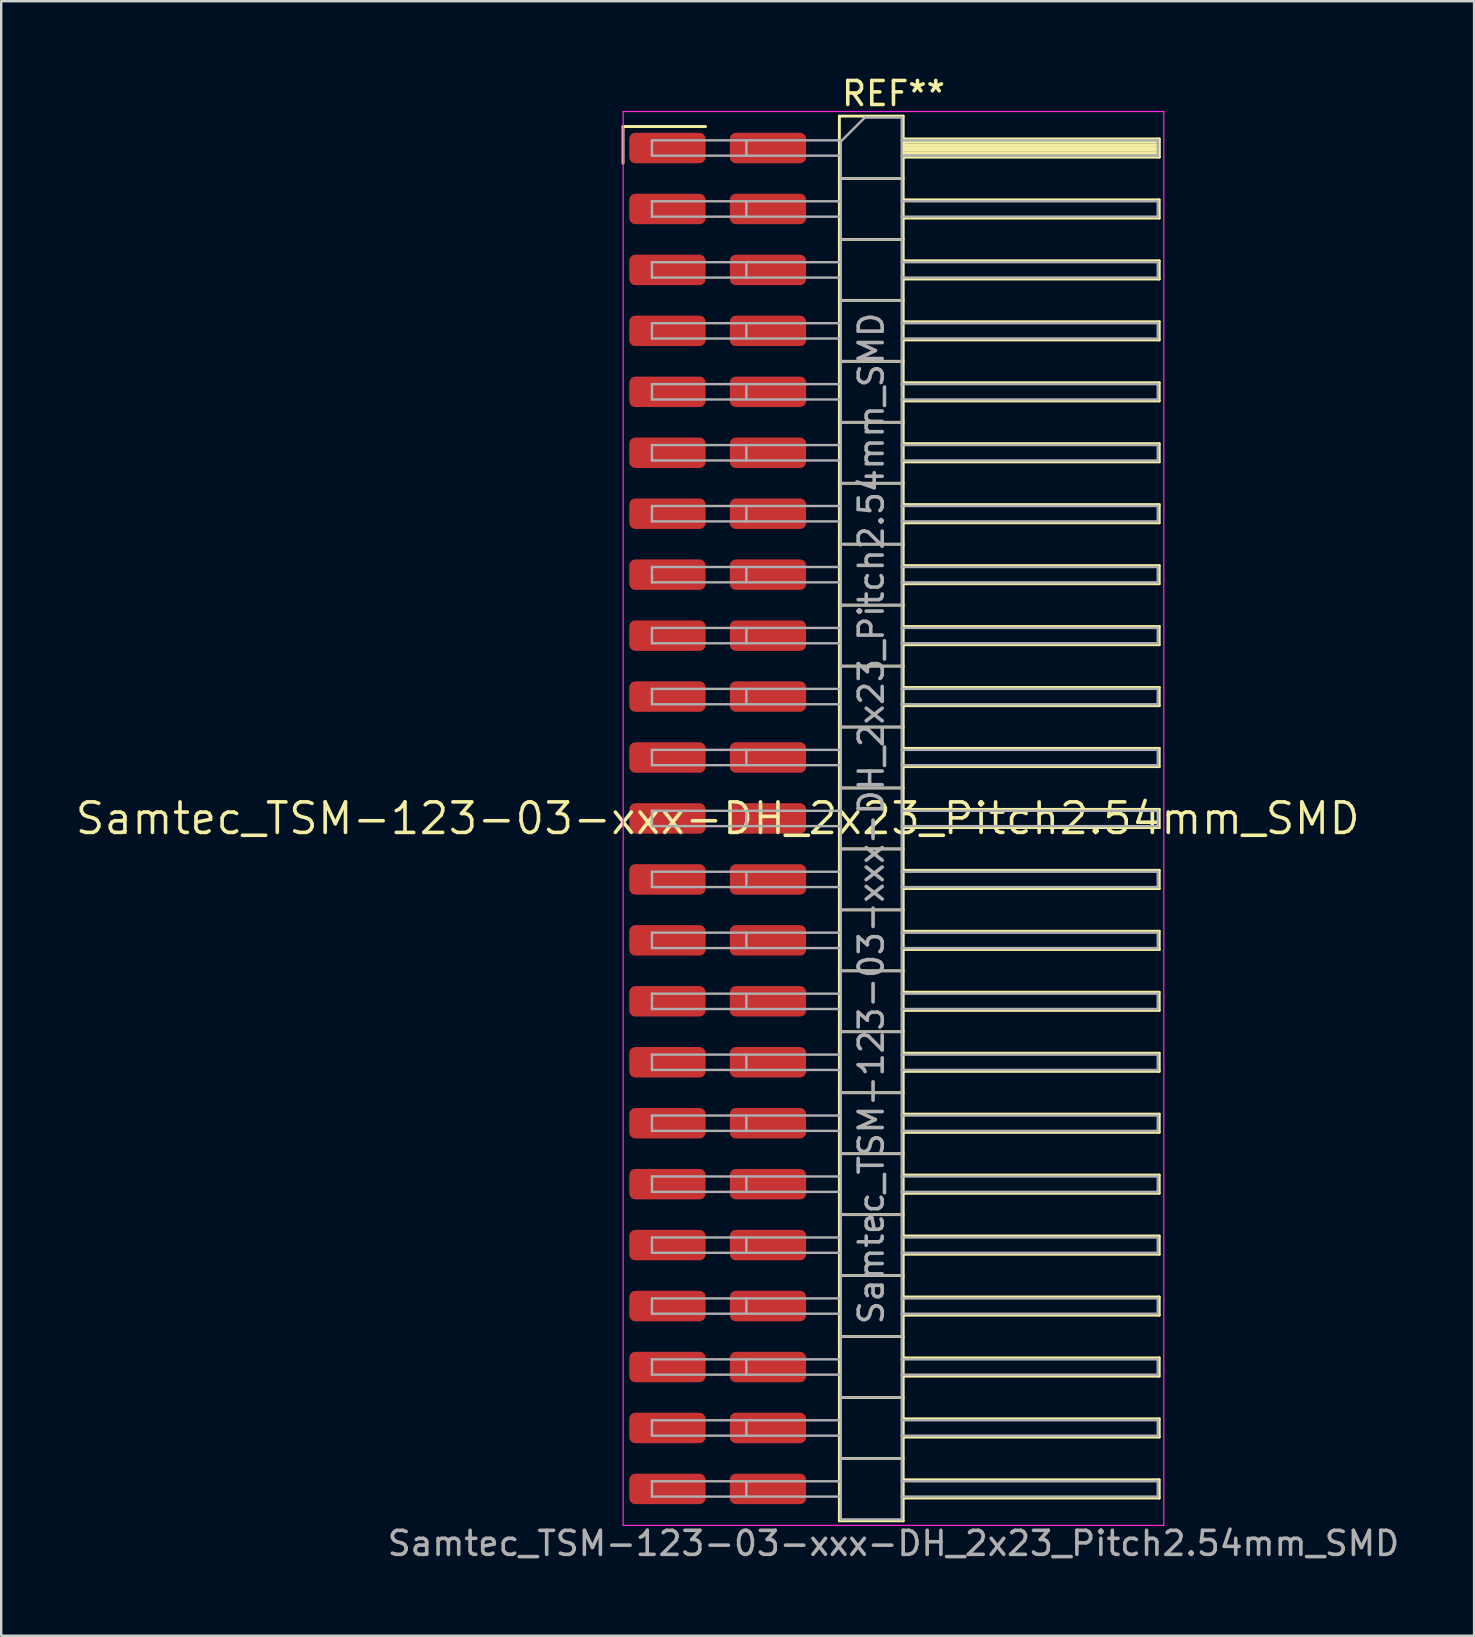
<source format=kicad_pcb>
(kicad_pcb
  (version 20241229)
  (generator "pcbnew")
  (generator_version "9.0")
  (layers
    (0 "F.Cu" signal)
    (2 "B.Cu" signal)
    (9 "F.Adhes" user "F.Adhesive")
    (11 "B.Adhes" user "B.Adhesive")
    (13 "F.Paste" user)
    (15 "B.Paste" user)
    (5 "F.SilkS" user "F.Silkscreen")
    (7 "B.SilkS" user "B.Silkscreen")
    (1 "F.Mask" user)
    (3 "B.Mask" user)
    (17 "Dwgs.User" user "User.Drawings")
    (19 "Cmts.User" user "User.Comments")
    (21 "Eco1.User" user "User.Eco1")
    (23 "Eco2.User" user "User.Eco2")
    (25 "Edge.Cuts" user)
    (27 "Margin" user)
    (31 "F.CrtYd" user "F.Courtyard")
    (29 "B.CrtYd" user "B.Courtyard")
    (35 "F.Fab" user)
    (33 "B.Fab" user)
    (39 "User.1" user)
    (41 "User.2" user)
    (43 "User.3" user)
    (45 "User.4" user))
  (footprint "Samtec_TSM-123-03-xxx-DH_2x23_Pitch2.54mm_SMD"
    (layer "F.Cu")
    (at 26.859 31.058)
    (property "Reference" "Samtec_TSM-123-03-xxx-DH_2x23_Pitch2.54mm_SMD" (at 0 0 0) (layer "F.SilkS") (effects (font (size 1.27 1.27) (thickness 0.15))))
    (attr smd)
    (fp_line (start -3.945 -28.835) (end -0.505 -28.835) (stroke (width 0.12) (type solid)) (layer "F.SilkS"))
    (fp_line (start -3.945 -27.305) (end -3.945 -28.835) (stroke (width 0.12) (type solid)) (layer "F.SilkS"))
    (fp_line (start 5.07 -29.27) (end 7.73 -29.27) (stroke (width 0.12) (type solid)) (layer "F.SilkS"))
    (fp_line (start 5.07 -26.67) (end 7.73 -26.67) (stroke (width 0.12) (type solid)) (layer "F.SilkS"))
    (fp_line (start 5.07 -24.13) (end 7.73 -24.13) (stroke (width 0.12) (type solid)) (layer "F.SilkS"))
    (fp_line (start 5.07 -21.59) (end 7.73 -21.59) (stroke (width 0.12) (type solid)) (layer "F.SilkS"))
    (fp_line (start 5.07 -19.05) (end 7.73 -19.05) (stroke (width 0.12) (type solid)) (layer "F.SilkS"))
    (fp_line (start 5.07 -16.51) (end 7.73 -16.51) (stroke (width 0.12) (type solid)) (layer "F.SilkS"))
    (fp_line (start 5.07 -13.97) (end 7.73 -13.97) (stroke (width 0.12) (type solid)) (layer "F.SilkS"))
    (fp_line (start 5.07 -11.43) (end 7.73 -11.43) (stroke (width 0.12) (type solid)) (layer "F.SilkS"))
    (fp_line (start 5.07 -8.89) (end 7.73 -8.89) (stroke (width 0.12) (type solid)) (layer "F.SilkS"))
    (fp_line (start 5.07 -6.35) (end 7.73 -6.35) (stroke (width 0.12) (type solid)) (layer "F.SilkS"))
    (fp_line (start 5.07 -3.81) (end 7.73 -3.81) (stroke (width 0.12) (type solid)) (layer "F.SilkS"))
    (fp_line (start 5.07 -1.27) (end 7.73 -1.27) (stroke (width 0.12) (type solid)) (layer "F.SilkS"))
    (fp_line (start 5.07 1.27) (end 7.73 1.27) (stroke (width 0.12) (type solid)) (layer "F.SilkS"))
    (fp_line (start 5.07 3.81) (end 7.73 3.81) (stroke (width 0.12) (type solid)) (layer "F.SilkS"))
    (fp_line (start 5.07 6.35) (end 7.73 6.35) (stroke (width 0.12) (type solid)) (layer "F.SilkS"))
    (fp_line (start 5.07 8.89) (end 7.73 8.89) (stroke (width 0.12) (type solid)) (layer "F.SilkS"))
    (fp_line (start 5.07 11.43) (end 7.73 11.43) (stroke (width 0.12) (type solid)) (layer "F.SilkS"))
    (fp_line (start 5.07 13.97) (end 7.73 13.97) (stroke (width 0.12) (type solid)) (layer "F.SilkS"))
    (fp_line (start 5.07 16.51) (end 7.73 16.51) (stroke (width 0.12) (type solid)) (layer "F.SilkS"))
    (fp_line (start 5.07 19.05) (end 7.73 19.05) (stroke (width 0.12) (type solid)) (layer "F.SilkS"))
    (fp_line (start 5.07 21.59) (end 7.73 21.59) (stroke (width 0.12) (type solid)) (layer "F.SilkS"))
    (fp_line (start 5.07 24.13) (end 7.73 24.13) (stroke (width 0.12) (type solid)) (layer "F.SilkS"))
    (fp_line (start 5.07 26.67) (end 7.73 26.67) (stroke (width 0.12) (type solid)) (layer "F.SilkS"))
    (fp_line (start 5.07 29.27) (end 5.07 -29.27) (stroke (width 0.12) (type solid)) (layer "F.SilkS"))
    (fp_line (start 7.73 -29.27) (end 7.73 29.27) (stroke (width 0.12) (type solid)) (layer "F.SilkS"))
    (fp_line (start 7.73 -28.32) (end 18.4 -28.32) (stroke (width 0.12) (type solid)) (layer "F.SilkS"))
    (fp_line (start 7.73 -28.2) (end 18.4 -28.2) (stroke (width 0.12) (type solid)) (layer "F.SilkS"))
    (fp_line (start 7.73 -28.08) (end 18.4 -28.08) (stroke (width 0.12) (type solid)) (layer "F.SilkS"))
    (fp_line (start 7.73 -27.96) (end 18.4 -27.96) (stroke (width 0.12) (type solid)) (layer "F.SilkS"))
    (fp_line (start 7.73 -27.84) (end 18.4 -27.84) (stroke (width 0.12) (type solid)) (layer "F.SilkS"))
    (fp_line (start 7.73 -27.72) (end 18.4 -27.72) (stroke (width 0.12) (type solid)) (layer "F.SilkS"))
    (fp_line (start 7.73 -27.6) (end 18.4 -27.6) (stroke (width 0.12) (type solid)) (layer "F.SilkS"))
    (fp_line (start 7.73 -27.56) (end 18.4 -27.56) (stroke (width 0.12) (type solid)) (layer "F.SilkS"))
    (fp_line (start 7.73 -25.78) (end 18.4 -25.78) (stroke (width 0.12) (type solid)) (layer "F.SilkS"))
    (fp_line (start 7.73 -25.02) (end 18.4 -25.02) (stroke (width 0.12) (type solid)) (layer "F.SilkS"))
    (fp_line (start 7.73 -23.24) (end 18.4 -23.24) (stroke (width 0.12) (type solid)) (layer "F.SilkS"))
    (fp_line (start 7.73 -22.48) (end 18.4 -22.48) (stroke (width 0.12) (type solid)) (layer "F.SilkS"))
    (fp_line (start 7.73 -20.7) (end 18.4 -20.7) (stroke (width 0.12) (type solid)) (layer "F.SilkS"))
    (fp_line (start 7.73 -19.94) (end 18.4 -19.94) (stroke (width 0.12) (type solid)) (layer "F.SilkS"))
    (fp_line (start 7.73 -18.16) (end 18.4 -18.16) (stroke (width 0.12) (type solid)) (layer "F.SilkS"))
    (fp_line (start 7.73 -17.4) (end 18.4 -17.4) (stroke (width 0.12) (type solid)) (layer "F.SilkS"))
    (fp_line (start 7.73 -15.62) (end 18.4 -15.62) (stroke (width 0.12) (type solid)) (layer "F.SilkS"))
    (fp_line (start 7.73 -14.86) (end 18.4 -14.86) (stroke (width 0.12) (type solid)) (layer "F.SilkS"))
    (fp_line (start 7.73 -13.08) (end 18.4 -13.08) (stroke (width 0.12) (type solid)) (layer "F.SilkS"))
    (fp_line (start 7.73 -12.32) (end 18.4 -12.32) (stroke (width 0.12) (type solid)) (layer "F.SilkS"))
    (fp_line (start 7.73 -10.54) (end 18.4 -10.54) (stroke (width 0.12) (type solid)) (layer "F.SilkS"))
    (fp_line (start 7.73 -9.78) (end 18.4 -9.78) (stroke (width 0.12) (type solid)) (layer "F.SilkS"))
    (fp_line (start 7.73 -8) (end 18.4 -8) (stroke (width 0.12) (type solid)) (layer "F.SilkS"))
    (fp_line (start 7.73 -7.24) (end 18.4 -7.24) (stroke (width 0.12) (type solid)) (layer "F.SilkS"))
    (fp_line (start 7.73 -5.46) (end 18.4 -5.46) (stroke (width 0.12) (type solid)) (layer "F.SilkS"))
    (fp_line (start 7.73 -4.7) (end 18.4 -4.7) (stroke (width 0.12) (type solid)) (layer "F.SilkS"))
    (fp_line (start 7.73 -2.92) (end 18.4 -2.92) (stroke (width 0.12) (type solid)) (layer "F.SilkS"))
    (fp_line (start 7.73 -2.16) (end 18.4 -2.16) (stroke (width 0.12) (type solid)) (layer "F.SilkS"))
    (fp_line (start 7.73 -0.38) (end 18.4 -0.38) (stroke (width 0.12) (type solid)) (layer "F.SilkS"))
    (fp_line (start 7.73 0.38) (end 18.4 0.38) (stroke (width 0.12) (type solid)) (layer "F.SilkS"))
    (fp_line (start 7.73 2.16) (end 18.4 2.16) (stroke (width 0.12) (type solid)) (layer "F.SilkS"))
    (fp_line (start 7.73 2.92) (end 18.4 2.92) (stroke (width 0.12) (type solid)) (layer "F.SilkS"))
    (fp_line (start 7.73 4.7) (end 18.4 4.7) (stroke (width 0.12) (type solid)) (layer "F.SilkS"))
    (fp_line (start 7.73 5.46) (end 18.4 5.46) (stroke (width 0.12) (type solid)) (layer "F.SilkS"))
    (fp_line (start 7.73 7.24) (end 18.4 7.24) (stroke (width 0.12) (type solid)) (layer "F.SilkS"))
    (fp_line (start 7.73 8) (end 18.4 8) (stroke (width 0.12) (type solid)) (layer "F.SilkS"))
    (fp_line (start 7.73 9.78) (end 18.4 9.78) (stroke (width 0.12) (type solid)) (layer "F.SilkS"))
    (fp_line (start 7.73 10.54) (end 18.4 10.54) (stroke (width 0.12) (type solid)) (layer "F.SilkS"))
    (fp_line (start 7.73 12.32) (end 18.4 12.32) (stroke (width 0.12) (type solid)) (layer "F.SilkS"))
    (fp_line (start 7.73 13.08) (end 18.4 13.08) (stroke (width 0.12) (type solid)) (layer "F.SilkS"))
    (fp_line (start 7.73 14.86) (end 18.4 14.86) (stroke (width 0.12) (type solid)) (layer "F.SilkS"))
    (fp_line (start 7.73 15.62) (end 18.4 15.62) (stroke (width 0.12) (type solid)) (layer "F.SilkS"))
    (fp_line (start 7.73 17.4) (end 18.4 17.4) (stroke (width 0.12) (type solid)) (layer "F.SilkS"))
    (fp_line (start 7.73 18.16) (end 18.4 18.16) (stroke (width 0.12) (type solid)) (layer "F.SilkS"))
    (fp_line (start 7.73 19.94) (end 18.4 19.94) (stroke (width 0.12) (type solid)) (layer "F.SilkS"))
    (fp_line (start 7.73 20.7) (end 18.4 20.7) (stroke (width 0.12) (type solid)) (layer "F.SilkS"))
    (fp_line (start 7.73 22.48) (end 18.4 22.48) (stroke (width 0.12) (type solid)) (layer "F.SilkS"))
    (fp_line (start 7.73 23.24) (end 18.4 23.24) (stroke (width 0.12) (type solid)) (layer "F.SilkS"))
    (fp_line (start 7.73 25.02) (end 18.4 25.02) (stroke (width 0.12) (type solid)) (layer "F.SilkS"))
    (fp_line (start 7.73 25.78) (end 18.4 25.78) (stroke (width 0.12) (type solid)) (layer "F.SilkS"))
    (fp_line (start 7.73 27.56) (end 18.4 27.56) (stroke (width 0.12) (type solid)) (layer "F.SilkS"))
    (fp_line (start 7.73 28.32) (end 18.4 28.32) (stroke (width 0.12) (type solid)) (layer "F.SilkS"))
    (fp_line (start 7.73 29.27) (end 5.07 29.27) (stroke (width 0.12) (type solid)) (layer "F.SilkS"))
    (fp_line (start 18.4 -28.32) (end 18.4 -27.56) (stroke (width 0.12) (type solid)) (layer "F.SilkS"))
    (fp_line (start 18.4 -25.78) (end 18.4 -25.02) (stroke (width 0.12) (type solid)) (layer "F.SilkS"))
    (fp_line (start 18.4 -23.24) (end 18.4 -22.48) (stroke (width 0.12) (type solid)) (layer "F.SilkS"))
    (fp_line (start 18.4 -20.7) (end 18.4 -19.94) (stroke (width 0.12) (type solid)) (layer "F.SilkS"))
    (fp_line (start 18.4 -18.16) (end 18.4 -17.4) (stroke (width 0.12) (type solid)) (layer "F.SilkS"))
    (fp_line (start 18.4 -15.62) (end 18.4 -14.86) (stroke (width 0.12) (type solid)) (layer "F.SilkS"))
    (fp_line (start 18.4 -13.08) (end 18.4 -12.32) (stroke (width 0.12) (type solid)) (layer "F.SilkS"))
    (fp_line (start 18.4 -10.54) (end 18.4 -9.78) (stroke (width 0.12) (type solid)) (layer "F.SilkS"))
    (fp_line (start 18.4 -8) (end 18.4 -7.24) (stroke (width 0.12) (type solid)) (layer "F.SilkS"))
    (fp_line (start 18.4 -5.46) (end 18.4 -4.7) (stroke (width 0.12) (type solid)) (layer "F.SilkS"))
    (fp_line (start 18.4 -2.92) (end 18.4 -2.16) (stroke (width 0.12) (type solid)) (layer "F.SilkS"))
    (fp_line (start 18.4 -0.38) (end 18.4 0.38) (stroke (width 0.12) (type solid)) (layer "F.SilkS"))
    (fp_line (start 18.4 2.16) (end 18.4 2.92) (stroke (width 0.12) (type solid)) (layer "F.SilkS"))
    (fp_line (start 18.4 4.7) (end 18.4 5.46) (stroke (width 0.12) (type solid)) (layer "F.SilkS"))
    (fp_line (start 18.4 7.24) (end 18.4 8) (stroke (width 0.12) (type solid)) (layer "F.SilkS"))
    (fp_line (start 18.4 9.78) (end 18.4 10.54) (stroke (width 0.12) (type solid)) (layer "F.SilkS"))
    (fp_line (start 18.4 12.32) (end 18.4 13.08) (stroke (width 0.12) (type solid)) (layer "F.SilkS"))
    (fp_line (start 18.4 14.86) (end 18.4 15.62) (stroke (width 0.12) (type solid)) (layer "F.SilkS"))
    (fp_line (start 18.4 17.4) (end 18.4 18.16) (stroke (width 0.12) (type solid)) (layer "F.SilkS"))
    (fp_line (start 18.4 19.94) (end 18.4 20.7) (stroke (width 0.12) (type solid)) (layer "F.SilkS"))
    (fp_line (start 18.4 22.48) (end 18.4 23.24) (stroke (width 0.12) (type solid)) (layer "F.SilkS"))
    (fp_line (start 18.4 25.02) (end 18.4 25.78) (stroke (width 0.12) (type solid)) (layer "F.SilkS"))
    (fp_line (start 18.4 27.56) (end 18.4 28.32) (stroke (width 0.12) (type solid)) (layer "F.SilkS"))
    (fp_line (start -3.94 -29.46) (end 18.59 -29.46) (stroke (width 0.05) (type solid)) (layer "F.CrtYd"))
    (fp_line (start -3.94 29.46) (end -3.94 -29.46) (stroke (width 0.05) (type solid)) (layer "F.CrtYd"))
    (fp_line (start 18.59 -29.46) (end 18.59 29.46) (stroke (width 0.05) (type solid)) (layer "F.CrtYd"))
    (fp_line (start 18.59 29.46) (end -3.94 29.46) (stroke (width 0.05) (type solid)) (layer "F.CrtYd"))
    (fp_line (start -2.74 -28.26) (end -2.74 -27.62) (stroke (width 0.1) (type solid)) (layer "F.Fab"))
    (fp_line (start -2.74 -28.26) (end 5.13 -28.26) (stroke (width 0.1) (type solid)) (layer "F.Fab"))
    (fp_line (start -2.74 -27.62) (end 5.13 -27.62) (stroke (width 0.1) (type solid)) (layer "F.Fab"))
    (fp_line (start -2.74 -25.72) (end -2.74 -25.08) (stroke (width 0.1) (type solid)) (layer "F.Fab"))
    (fp_line (start -2.74 -25.72) (end 5.13 -25.72) (stroke (width 0.1) (type solid)) (layer "F.Fab"))
    (fp_line (start -2.74 -25.08) (end 5.13 -25.08) (stroke (width 0.1) (type solid)) (layer "F.Fab"))
    (fp_line (start -2.74 -23.18) (end -2.74 -22.54) (stroke (width 0.1) (type solid)) (layer "F.Fab"))
    (fp_line (start -2.74 -23.18) (end 5.13 -23.18) (stroke (width 0.1) (type solid)) (layer "F.Fab"))
    (fp_line (start -2.74 -22.54) (end 5.13 -22.54) (stroke (width 0.1) (type solid)) (layer "F.Fab"))
    (fp_line (start -2.74 -20.64) (end -2.74 -20) (stroke (width 0.1) (type solid)) (layer "F.Fab"))
    (fp_line (start -2.74 -20.64) (end 5.13 -20.64) (stroke (width 0.1) (type solid)) (layer "F.Fab"))
    (fp_line (start -2.74 -20) (end 5.13 -20) (stroke (width 0.1) (type solid)) (layer "F.Fab"))
    (fp_line (start -2.74 -18.1) (end -2.74 -17.46) (stroke (width 0.1) (type solid)) (layer "F.Fab"))
    (fp_line (start -2.74 -18.1) (end 5.13 -18.1) (stroke (width 0.1) (type solid)) (layer "F.Fab"))
    (fp_line (start -2.74 -17.46) (end 5.13 -17.46) (stroke (width 0.1) (type solid)) (layer "F.Fab"))
    (fp_line (start -2.74 -15.56) (end -2.74 -14.92) (stroke (width 0.1) (type solid)) (layer "F.Fab"))
    (fp_line (start -2.74 -15.56) (end 5.13 -15.56) (stroke (width 0.1) (type solid)) (layer "F.Fab"))
    (fp_line (start -2.74 -14.92) (end 5.13 -14.92) (stroke (width 0.1) (type solid)) (layer "F.Fab"))
    (fp_line (start -2.74 -13.02) (end -2.74 -12.38) (stroke (width 0.1) (type solid)) (layer "F.Fab"))
    (fp_line (start -2.74 -13.02) (end 5.13 -13.02) (stroke (width 0.1) (type solid)) (layer "F.Fab"))
    (fp_line (start -2.74 -12.38) (end 5.13 -12.38) (stroke (width 0.1) (type solid)) (layer "F.Fab"))
    (fp_line (start -2.74 -10.48) (end -2.74 -9.84) (stroke (width 0.1) (type solid)) (layer "F.Fab"))
    (fp_line (start -2.74 -10.48) (end 5.13 -10.48) (stroke (width 0.1) (type solid)) (layer "F.Fab"))
    (fp_line (start -2.74 -9.84) (end 5.13 -9.84) (stroke (width 0.1) (type solid)) (layer "F.Fab"))
    (fp_line (start -2.74 -7.94) (end -2.74 -7.3) (stroke (width 0.1) (type solid)) (layer "F.Fab"))
    (fp_line (start -2.74 -7.94) (end 5.13 -7.94) (stroke (width 0.1) (type solid)) (layer "F.Fab"))
    (fp_line (start -2.74 -7.3) (end 5.13 -7.3) (stroke (width 0.1) (type solid)) (layer "F.Fab"))
    (fp_line (start -2.74 -5.4) (end -2.74 -4.76) (stroke (width 0.1) (type solid)) (layer "F.Fab"))
    (fp_line (start -2.74 -5.4) (end 5.13 -5.4) (stroke (width 0.1) (type solid)) (layer "F.Fab"))
    (fp_line (start -2.74 -4.76) (end 5.13 -4.76) (stroke (width 0.1) (type solid)) (layer "F.Fab"))
    (fp_line (start -2.74 -2.86) (end -2.74 -2.22) (stroke (width 0.1) (type solid)) (layer "F.Fab"))
    (fp_line (start -2.74 -2.86) (end 5.13 -2.86) (stroke (width 0.1) (type solid)) (layer "F.Fab"))
    (fp_line (start -2.74 -2.22) (end 5.13 -2.22) (stroke (width 0.1) (type solid)) (layer "F.Fab"))
    (fp_line (start -2.74 -0.32) (end -2.74 0.32) (stroke (width 0.1) (type solid)) (layer "F.Fab"))
    (fp_line (start -2.74 -0.32) (end 5.13 -0.32) (stroke (width 0.1) (type solid)) (layer "F.Fab"))
    (fp_line (start -2.74 0.32) (end 5.13 0.32) (stroke (width 0.1) (type solid)) (layer "F.Fab"))
    (fp_line (start -2.74 2.22) (end -2.74 2.86) (stroke (width 0.1) (type solid)) (layer "F.Fab"))
    (fp_line (start -2.74 2.22) (end 5.13 2.22) (stroke (width 0.1) (type solid)) (layer "F.Fab"))
    (fp_line (start -2.74 2.86) (end 5.13 2.86) (stroke (width 0.1) (type solid)) (layer "F.Fab"))
    (fp_line (start -2.74 4.76) (end -2.74 5.4) (stroke (width 0.1) (type solid)) (layer "F.Fab"))
    (fp_line (start -2.74 4.76) (end 5.13 4.76) (stroke (width 0.1) (type solid)) (layer "F.Fab"))
    (fp_line (start -2.74 5.4) (end 5.13 5.4) (stroke (width 0.1) (type solid)) (layer "F.Fab"))
    (fp_line (start -2.74 7.3) (end -2.74 7.94) (stroke (width 0.1) (type solid)) (layer "F.Fab"))
    (fp_line (start -2.74 7.3) (end 5.13 7.3) (stroke (width 0.1) (type solid)) (layer "F.Fab"))
    (fp_line (start -2.74 7.94) (end 5.13 7.94) (stroke (width 0.1) (type solid)) (layer "F.Fab"))
    (fp_line (start -2.74 9.84) (end -2.74 10.48) (stroke (width 0.1) (type solid)) (layer "F.Fab"))
    (fp_line (start -2.74 9.84) (end 5.13 9.84) (stroke (width 0.1) (type solid)) (layer "F.Fab"))
    (fp_line (start -2.74 10.48) (end 5.13 10.48) (stroke (width 0.1) (type solid)) (layer "F.Fab"))
    (fp_line (start -2.74 12.38) (end -2.74 13.02) (stroke (width 0.1) (type solid)) (layer "F.Fab"))
    (fp_line (start -2.74 12.38) (end 5.13 12.38) (stroke (width 0.1) (type solid)) (layer "F.Fab"))
    (fp_line (start -2.74 13.02) (end 5.13 13.02) (stroke (width 0.1) (type solid)) (layer "F.Fab"))
    (fp_line (start -2.74 14.92) (end -2.74 15.56) (stroke (width 0.1) (type solid)) (layer "F.Fab"))
    (fp_line (start -2.74 14.92) (end 5.13 14.92) (stroke (width 0.1) (type solid)) (layer "F.Fab"))
    (fp_line (start -2.74 15.56) (end 5.13 15.56) (stroke (width 0.1) (type solid)) (layer "F.Fab"))
    (fp_line (start -2.74 17.46) (end -2.74 18.1) (stroke (width 0.1) (type solid)) (layer "F.Fab"))
    (fp_line (start -2.74 17.46) (end 5.13 17.46) (stroke (width 0.1) (type solid)) (layer "F.Fab"))
    (fp_line (start -2.74 18.1) (end 5.13 18.1) (stroke (width 0.1) (type solid)) (layer "F.Fab"))
    (fp_line (start -2.74 20) (end -2.74 20.64) (stroke (width 0.1) (type solid)) (layer "F.Fab"))
    (fp_line (start -2.74 20) (end 5.13 20) (stroke (width 0.1) (type solid)) (layer "F.Fab"))
    (fp_line (start -2.74 20.64) (end 5.13 20.64) (stroke (width 0.1) (type solid)) (layer "F.Fab"))
    (fp_line (start -2.74 22.54) (end -2.74 23.18) (stroke (width 0.1) (type solid)) (layer "F.Fab"))
    (fp_line (start -2.74 22.54) (end 5.13 22.54) (stroke (width 0.1) (type solid)) (layer "F.Fab"))
    (fp_line (start -2.74 23.18) (end 5.13 23.18) (stroke (width 0.1) (type solid)) (layer "F.Fab"))
    (fp_line (start -2.74 25.08) (end -2.74 25.72) (stroke (width 0.1) (type solid)) (layer "F.Fab"))
    (fp_line (start -2.74 25.08) (end 5.13 25.08) (stroke (width 0.1) (type solid)) (layer "F.Fab"))
    (fp_line (start -2.74 25.72) (end 5.13 25.72) (stroke (width 0.1) (type solid)) (layer "F.Fab"))
    (fp_line (start -2.74 27.62) (end -2.74 28.26) (stroke (width 0.1) (type solid)) (layer "F.Fab"))
    (fp_line (start -2.74 27.62) (end 5.13 27.62) (stroke (width 0.1) (type solid)) (layer "F.Fab"))
    (fp_line (start -2.74 28.26) (end 5.13 28.26) (stroke (width 0.1) (type solid)) (layer "F.Fab"))
    (fp_line (start 1.195 -28.26) (end 1.195 -27.62) (stroke (width 0.1) (type solid)) (layer "F.Fab"))
    (fp_line (start 1.195 -25.72) (end 1.195 -25.08) (stroke (width 0.1) (type solid)) (layer "F.Fab"))
    (fp_line (start 1.195 -23.18) (end 1.195 -22.54) (stroke (width 0.1) (type solid)) (layer "F.Fab"))
    (fp_line (start 1.195 -20.64) (end 1.195 -20) (stroke (width 0.1) (type solid)) (layer "F.Fab"))
    (fp_line (start 1.195 -18.1) (end 1.195 -17.46) (stroke (width 0.1) (type solid)) (layer "F.Fab"))
    (fp_line (start 1.195 -15.56) (end 1.195 -14.92) (stroke (width 0.1) (type solid)) (layer "F.Fab"))
    (fp_line (start 1.195 -13.02) (end 1.195 -12.38) (stroke (width 0.1) (type solid)) (layer "F.Fab"))
    (fp_line (start 1.195 -10.48) (end 1.195 -9.84) (stroke (width 0.1) (type solid)) (layer "F.Fab"))
    (fp_line (start 1.195 -7.94) (end 1.195 -7.3) (stroke (width 0.1) (type solid)) (layer "F.Fab"))
    (fp_line (start 1.195 -5.4) (end 1.195 -4.76) (stroke (width 0.1) (type solid)) (layer "F.Fab"))
    (fp_line (start 1.195 -2.86) (end 1.195 -2.22) (stroke (width 0.1) (type solid)) (layer "F.Fab"))
    (fp_line (start 1.195 -0.32) (end 1.195 0.32) (stroke (width 0.1) (type solid)) (layer "F.Fab"))
    (fp_line (start 1.195 2.22) (end 1.195 2.86) (stroke (width 0.1) (type solid)) (layer "F.Fab"))
    (fp_line (start 1.195 4.76) (end 1.195 5.4) (stroke (width 0.1) (type solid)) (layer "F.Fab"))
    (fp_line (start 1.195 7.3) (end 1.195 7.94) (stroke (width 0.1) (type solid)) (layer "F.Fab"))
    (fp_line (start 1.195 9.84) (end 1.195 10.48) (stroke (width 0.1) (type solid)) (layer "F.Fab"))
    (fp_line (start 1.195 12.38) (end 1.195 13.02) (stroke (width 0.1) (type solid)) (layer "F.Fab"))
    (fp_line (start 1.195 14.92) (end 1.195 15.56) (stroke (width 0.1) (type solid)) (layer "F.Fab"))
    (fp_line (start 1.195 17.46) (end 1.195 18.1) (stroke (width 0.1) (type solid)) (layer "F.Fab"))
    (fp_line (start 1.195 20) (end 1.195 20.64) (stroke (width 0.1) (type solid)) (layer "F.Fab"))
    (fp_line (start 1.195 22.54) (end 1.195 23.18) (stroke (width 0.1) (type solid)) (layer "F.Fab"))
    (fp_line (start 1.195 25.08) (end 1.195 25.72) (stroke (width 0.1) (type solid)) (layer "F.Fab"))
    (fp_line (start 1.195 27.62) (end 1.195 28.26) (stroke (width 0.1) (type solid)) (layer "F.Fab"))
    (fp_line (start 5.13 -28.21) (end 6.13 -29.21) (stroke (width 0.1) (type solid)) (layer "F.Fab"))
    (fp_line (start 5.13 -26.67) (end 7.67 -26.67) (stroke (width 0.1) (type solid)) (layer "F.Fab"))
    (fp_line (start 5.13 -24.13) (end 7.67 -24.13) (stroke (width 0.1) (type solid)) (layer "F.Fab"))
    (fp_line (start 5.13 -21.59) (end 7.67 -21.59) (stroke (width 0.1) (type solid)) (layer "F.Fab"))
    (fp_line (start 5.13 -19.05) (end 7.67 -19.05) (stroke (width 0.1) (type solid)) (layer "F.Fab"))
    (fp_line (start 5.13 -16.51) (end 7.67 -16.51) (stroke (width 0.1) (type solid)) (layer "F.Fab"))
    (fp_line (start 5.13 -13.97) (end 7.67 -13.97) (stroke (width 0.1) (type solid)) (layer "F.Fab"))
    (fp_line (start 5.13 -11.43) (end 7.67 -11.43) (stroke (width 0.1) (type solid)) (layer "F.Fab"))
    (fp_line (start 5.13 -8.89) (end 7.67 -8.89) (stroke (width 0.1) (type solid)) (layer "F.Fab"))
    (fp_line (start 5.13 -6.35) (end 7.67 -6.35) (stroke (width 0.1) (type solid)) (layer "F.Fab"))
    (fp_line (start 5.13 -3.81) (end 7.67 -3.81) (stroke (width 0.1) (type solid)) (layer "F.Fab"))
    (fp_line (start 5.13 -1.27) (end 7.67 -1.27) (stroke (width 0.1) (type solid)) (layer "F.Fab"))
    (fp_line (start 5.13 1.27) (end 7.67 1.27) (stroke (width 0.1) (type solid)) (layer "F.Fab"))
    (fp_line (start 5.13 3.81) (end 7.67 3.81) (stroke (width 0.1) (type solid)) (layer "F.Fab"))
    (fp_line (start 5.13 6.35) (end 7.67 6.35) (stroke (width 0.1) (type solid)) (layer "F.Fab"))
    (fp_line (start 5.13 8.89) (end 7.67 8.89) (stroke (width 0.1) (type solid)) (layer "F.Fab"))
    (fp_line (start 5.13 11.43) (end 7.67 11.43) (stroke (width 0.1) (type solid)) (layer "F.Fab"))
    (fp_line (start 5.13 13.97) (end 7.67 13.97) (stroke (width 0.1) (type solid)) (layer "F.Fab"))
    (fp_line (start 5.13 16.51) (end 7.67 16.51) (stroke (width 0.1) (type solid)) (layer "F.Fab"))
    (fp_line (start 5.13 19.05) (end 7.67 19.05) (stroke (width 0.1) (type solid)) (layer "F.Fab"))
    (fp_line (start 5.13 21.59) (end 7.67 21.59) (stroke (width 0.1) (type solid)) (layer "F.Fab"))
    (fp_line (start 5.13 24.13) (end 7.67 24.13) (stroke (width 0.1) (type solid)) (layer "F.Fab"))
    (fp_line (start 5.13 26.67) (end 7.67 26.67) (stroke (width 0.1) (type solid)) (layer "F.Fab"))
    (fp_line (start 5.13 29.21) (end 5.13 -28.21) (stroke (width 0.1) (type solid)) (layer "F.Fab"))
    (fp_line (start 6.13 -29.21) (end 7.67 -29.21) (stroke (width 0.1) (type solid)) (layer "F.Fab"))
    (fp_line (start 7.67 -29.21) (end 7.67 29.21) (stroke (width 0.1) (type solid)) (layer "F.Fab"))
    (fp_line (start 7.67 -28.26) (end 18.34 -28.26) (stroke (width 0.1) (type solid)) (layer "F.Fab"))
    (fp_line (start 7.67 -27.62) (end 18.34 -27.62) (stroke (width 0.1) (type solid)) (layer "F.Fab"))
    (fp_line (start 7.67 -25.72) (end 18.34 -25.72) (stroke (width 0.1) (type solid)) (layer "F.Fab"))
    (fp_line (start 7.67 -25.08) (end 18.34 -25.08) (stroke (width 0.1) (type solid)) (layer "F.Fab"))
    (fp_line (start 7.67 -23.18) (end 18.34 -23.18) (stroke (width 0.1) (type solid)) (layer "F.Fab"))
    (fp_line (start 7.67 -22.54) (end 18.34 -22.54) (stroke (width 0.1) (type solid)) (layer "F.Fab"))
    (fp_line (start 7.67 -20.64) (end 18.34 -20.64) (stroke (width 0.1) (type solid)) (layer "F.Fab"))
    (fp_line (start 7.67 -20) (end 18.34 -20) (stroke (width 0.1) (type solid)) (layer "F.Fab"))
    (fp_line (start 7.67 -18.1) (end 18.34 -18.1) (stroke (width 0.1) (type solid)) (layer "F.Fab"))
    (fp_line (start 7.67 -17.46) (end 18.34 -17.46) (stroke (width 0.1) (type solid)) (layer "F.Fab"))
    (fp_line (start 7.67 -15.56) (end 18.34 -15.56) (stroke (width 0.1) (type solid)) (layer "F.Fab"))
    (fp_line (start 7.67 -14.92) (end 18.34 -14.92) (stroke (width 0.1) (type solid)) (layer "F.Fab"))
    (fp_line (start 7.67 -13.02) (end 18.34 -13.02) (stroke (width 0.1) (type solid)) (layer "F.Fab"))
    (fp_line (start 7.67 -12.38) (end 18.34 -12.38) (stroke (width 0.1) (type solid)) (layer "F.Fab"))
    (fp_line (start 7.67 -10.48) (end 18.34 -10.48) (stroke (width 0.1) (type solid)) (layer "F.Fab"))
    (fp_line (start 7.67 -9.84) (end 18.34 -9.84) (stroke (width 0.1) (type solid)) (layer "F.Fab"))
    (fp_line (start 7.67 -7.94) (end 18.34 -7.94) (stroke (width 0.1) (type solid)) (layer "F.Fab"))
    (fp_line (start 7.67 -7.3) (end 18.34 -7.3) (stroke (width 0.1) (type solid)) (layer "F.Fab"))
    (fp_line (start 7.67 -5.4) (end 18.34 -5.4) (stroke (width 0.1) (type solid)) (layer "F.Fab"))
    (fp_line (start 7.67 -4.76) (end 18.34 -4.76) (stroke (width 0.1) (type solid)) (layer "F.Fab"))
    (fp_line (start 7.67 -2.86) (end 18.34 -2.86) (stroke (width 0.1) (type solid)) (layer "F.Fab"))
    (fp_line (start 7.67 -2.22) (end 18.34 -2.22) (stroke (width 0.1) (type solid)) (layer "F.Fab"))
    (fp_line (start 7.67 -0.32) (end 18.34 -0.32) (stroke (width 0.1) (type solid)) (layer "F.Fab"))
    (fp_line (start 7.67 0.32) (end 18.34 0.32) (stroke (width 0.1) (type solid)) (layer "F.Fab"))
    (fp_line (start 7.67 2.22) (end 18.34 2.22) (stroke (width 0.1) (type solid)) (layer "F.Fab"))
    (fp_line (start 7.67 2.86) (end 18.34 2.86) (stroke (width 0.1) (type solid)) (layer "F.Fab"))
    (fp_line (start 7.67 4.76) (end 18.34 4.76) (stroke (width 0.1) (type solid)) (layer "F.Fab"))
    (fp_line (start 7.67 5.4) (end 18.34 5.4) (stroke (width 0.1) (type solid)) (layer "F.Fab"))
    (fp_line (start 7.67 7.3) (end 18.34 7.3) (stroke (width 0.1) (type solid)) (layer "F.Fab"))
    (fp_line (start 7.67 7.94) (end 18.34 7.94) (stroke (width 0.1) (type solid)) (layer "F.Fab"))
    (fp_line (start 7.67 9.84) (end 18.34 9.84) (stroke (width 0.1) (type solid)) (layer "F.Fab"))
    (fp_line (start 7.67 10.48) (end 18.34 10.48) (stroke (width 0.1) (type solid)) (layer "F.Fab"))
    (fp_line (start 7.67 12.38) (end 18.34 12.38) (stroke (width 0.1) (type solid)) (layer "F.Fab"))
    (fp_line (start 7.67 13.02) (end 18.34 13.02) (stroke (width 0.1) (type solid)) (layer "F.Fab"))
    (fp_line (start 7.67 14.92) (end 18.34 14.92) (stroke (width 0.1) (type solid)) (layer "F.Fab"))
    (fp_line (start 7.67 15.56) (end 18.34 15.56) (stroke (width 0.1) (type solid)) (layer "F.Fab"))
    (fp_line (start 7.67 17.46) (end 18.34 17.46) (stroke (width 0.1) (type solid)) (layer "F.Fab"))
    (fp_line (start 7.67 18.1) (end 18.34 18.1) (stroke (width 0.1) (type solid)) (layer "F.Fab"))
    (fp_line (start 7.67 20) (end 18.34 20) (stroke (width 0.1) (type solid)) (layer "F.Fab"))
    (fp_line (start 7.67 20.64) (end 18.34 20.64) (stroke (width 0.1) (type solid)) (layer "F.Fab"))
    (fp_line (start 7.67 22.54) (end 18.34 22.54) (stroke (width 0.1) (type solid)) (layer "F.Fab"))
    (fp_line (start 7.67 23.18) (end 18.34 23.18) (stroke (width 0.1) (type solid)) (layer "F.Fab"))
    (fp_line (start 7.67 25.08) (end 18.34 25.08) (stroke (width 0.1) (type solid)) (layer "F.Fab"))
    (fp_line (start 7.67 25.72) (end 18.34 25.72) (stroke (width 0.1) (type solid)) (layer "F.Fab"))
    (fp_line (start 7.67 27.62) (end 18.34 27.62) (stroke (width 0.1) (type solid)) (layer "F.Fab"))
    (fp_line (start 7.67 28.26) (end 18.34 28.26) (stroke (width 0.1) (type solid)) (layer "F.Fab"))
    (fp_line (start 7.67 29.21) (end 5.13 29.21) (stroke (width 0.1) (type solid)) (layer "F.Fab"))
    (fp_line (start 18.34 -28.26) (end 18.34 -27.62) (stroke (width 0.1) (type solid)) (layer "F.Fab"))
    (fp_line (start 18.34 -25.72) (end 18.34 -25.08) (stroke (width 0.1) (type solid)) (layer "F.Fab"))
    (fp_line (start 18.34 -23.18) (end 18.34 -22.54) (stroke (width 0.1) (type solid)) (layer "F.Fab"))
    (fp_line (start 18.34 -20.64) (end 18.34 -20) (stroke (width 0.1) (type solid)) (layer "F.Fab"))
    (fp_line (start 18.34 -18.1) (end 18.34 -17.46) (stroke (width 0.1) (type solid)) (layer "F.Fab"))
    (fp_line (start 18.34 -15.56) (end 18.34 -14.92) (stroke (width 0.1) (type solid)) (layer "F.Fab"))
    (fp_line (start 18.34 -13.02) (end 18.34 -12.38) (stroke (width 0.1) (type solid)) (layer "F.Fab"))
    (fp_line (start 18.34 -10.48) (end 18.34 -9.84) (stroke (width 0.1) (type solid)) (layer "F.Fab"))
    (fp_line (start 18.34 -7.94) (end 18.34 -7.3) (stroke (width 0.1) (type solid)) (layer "F.Fab"))
    (fp_line (start 18.34 -5.4) (end 18.34 -4.76) (stroke (width 0.1) (type solid)) (layer "F.Fab"))
    (fp_line (start 18.34 -2.86) (end 18.34 -2.22) (stroke (width 0.1) (type solid)) (layer "F.Fab"))
    (fp_line (start 18.34 -0.32) (end 18.34 0.32) (stroke (width 0.1) (type solid)) (layer "F.Fab"))
    (fp_line (start 18.34 2.22) (end 18.34 2.86) (stroke (width 0.1) (type solid)) (layer "F.Fab"))
    (fp_line (start 18.34 4.76) (end 18.34 5.4) (stroke (width 0.1) (type solid)) (layer "F.Fab"))
    (fp_line (start 18.34 7.3) (end 18.34 7.94) (stroke (width 0.1) (type solid)) (layer "F.Fab"))
    (fp_line (start 18.34 9.84) (end 18.34 10.48) (stroke (width 0.1) (type solid)) (layer "F.Fab"))
    (fp_line (start 18.34 12.38) (end 18.34 13.02) (stroke (width 0.1) (type solid)) (layer "F.Fab"))
    (fp_line (start 18.34 14.92) (end 18.34 15.56) (stroke (width 0.1) (type solid)) (layer "F.Fab"))
    (fp_line (start 18.34 17.46) (end 18.34 18.1) (stroke (width 0.1) (type solid)) (layer "F.Fab"))
    (fp_line (start 18.34 20) (end 18.34 20.64) (stroke (width 0.1) (type solid)) (layer "F.Fab"))
    (fp_line (start 18.34 22.54) (end 18.34 23.18) (stroke (width 0.1) (type solid)) (layer "F.Fab"))
    (fp_line (start 18.34 25.08) (end 18.34 25.72) (stroke (width 0.1) (type solid)) (layer "F.Fab"))
    (fp_line (start 18.34 27.62) (end 18.34 28.26) (stroke (width 0.1) (type solid)) (layer "F.Fab"))
    (fp_text user "REF**" (at 7.325 -30.21 0) (layer "F.SilkS") (effects (font (size 1 1) (thickness 0.15))))
    (fp_text user "${REFERENCE}" (at 6.4 0 90) (layer "F.Fab") (effects (font (size 1 1) (thickness 0.15))))
    (fp_text user "Samtec_TSM-123-03-xxx-DH_2x23_Pitch2.54mm_SMD" (at 7.325 30.21 0) (layer "F.Fab") (effects (font (size 1 1) (thickness 0.15))))
    (pad "1" smd roundrect (at -2.095 -27.94) (size 3.18 1.27) (layers "F.Cu" "F.Mask" "F.Paste") (roundrect_rratio 0.197))
    (pad "2" smd roundrect (at 2.095 -27.94) (size 3.18 1.27) (layers "F.Cu" "F.Mask" "F.Paste") (roundrect_rratio 0.197))
    (pad "3" smd roundrect (at -2.095 -25.4) (size 3.18 1.27) (layers "F.Cu" "F.Mask" "F.Paste") (roundrect_rratio 0.197))
    (pad "4" smd roundrect (at 2.095 -25.4) (size 3.18 1.27) (layers "F.Cu" "F.Mask" "F.Paste") (roundrect_rratio 0.197))
    (pad "5" smd roundrect (at -2.095 -22.86) (size 3.18 1.27) (layers "F.Cu" "F.Mask" "F.Paste") (roundrect_rratio 0.197))
    (pad "6" smd roundrect (at 2.095 -22.86) (size 3.18 1.27) (layers "F.Cu" "F.Mask" "F.Paste") (roundrect_rratio 0.197))
    (pad "7" smd roundrect (at -2.095 -20.32) (size 3.18 1.27) (layers "F.Cu" "F.Mask" "F.Paste") (roundrect_rratio 0.197))
    (pad "8" smd roundrect (at 2.095 -20.32) (size 3.18 1.27) (layers "F.Cu" "F.Mask" "F.Paste") (roundrect_rratio 0.197))
    (pad "9" smd roundrect (at -2.095 -17.78) (size 3.18 1.27) (layers "F.Cu" "F.Mask" "F.Paste") (roundrect_rratio 0.197))
    (pad "10" smd roundrect (at 2.095 -17.78) (size 3.18 1.27) (layers "F.Cu" "F.Mask" "F.Paste") (roundrect_rratio 0.197))
    (pad "11" smd roundrect (at -2.095 -15.24) (size 3.18 1.27) (layers "F.Cu" "F.Mask" "F.Paste") (roundrect_rratio 0.197))
    (pad "12" smd roundrect (at 2.095 -15.24) (size 3.18 1.27) (layers "F.Cu" "F.Mask" "F.Paste") (roundrect_rratio 0.197))
    (pad "13" smd roundrect (at -2.095 -12.7) (size 3.18 1.27) (layers "F.Cu" "F.Mask" "F.Paste") (roundrect_rratio 0.197))
    (pad "14" smd roundrect (at 2.095 -12.7) (size 3.18 1.27) (layers "F.Cu" "F.Mask" "F.Paste") (roundrect_rratio 0.197))
    (pad "15" smd roundrect (at -2.095 -10.16) (size 3.18 1.27) (layers "F.Cu" "F.Mask" "F.Paste") (roundrect_rratio 0.197))
    (pad "16" smd roundrect (at 2.095 -10.16) (size 3.18 1.27) (layers "F.Cu" "F.Mask" "F.Paste") (roundrect_rratio 0.197))
    (pad "17" smd roundrect (at -2.095 -7.62) (size 3.18 1.27) (layers "F.Cu" "F.Mask" "F.Paste") (roundrect_rratio 0.197))
    (pad "18" smd roundrect (at 2.095 -7.62) (size 3.18 1.27) (layers "F.Cu" "F.Mask" "F.Paste") (roundrect_rratio 0.197))
    (pad "19" smd roundrect (at -2.095 -5.08) (size 3.18 1.27) (layers "F.Cu" "F.Mask" "F.Paste") (roundrect_rratio 0.197))
    (pad "20" smd roundrect (at 2.095 -5.08) (size 3.18 1.27) (layers "F.Cu" "F.Mask" "F.Paste") (roundrect_rratio 0.197))
    (pad "21" smd roundrect (at -2.095 -2.54) (size 3.18 1.27) (layers "F.Cu" "F.Mask" "F.Paste") (roundrect_rratio 0.197))
    (pad "22" smd roundrect (at 2.095 -2.54) (size 3.18 1.27) (layers "F.Cu" "F.Mask" "F.Paste") (roundrect_rratio 0.197))
    (pad "23" smd roundrect (at -2.095 0) (size 3.18 1.27) (layers "F.Cu" "F.Mask" "F.Paste") (roundrect_rratio 0.197))
    (pad "24" smd roundrect (at 2.095 0) (size 3.18 1.27) (layers "F.Cu" "F.Mask" "F.Paste") (roundrect_rratio 0.197))
    (pad "25" smd roundrect (at -2.095 2.54) (size 3.18 1.27) (layers "F.Cu" "F.Mask" "F.Paste") (roundrect_rratio 0.197))
    (pad "26" smd roundrect (at 2.095 2.54) (size 3.18 1.27) (layers "F.Cu" "F.Mask" "F.Paste") (roundrect_rratio 0.197))
    (pad "27" smd roundrect (at -2.095 5.08) (size 3.18 1.27) (layers "F.Cu" "F.Mask" "F.Paste") (roundrect_rratio 0.197))
    (pad "28" smd roundrect (at 2.095 5.08) (size 3.18 1.27) (layers "F.Cu" "F.Mask" "F.Paste") (roundrect_rratio 0.197))
    (pad "29" smd roundrect (at -2.095 7.62) (size 3.18 1.27) (layers "F.Cu" "F.Mask" "F.Paste") (roundrect_rratio 0.197))
    (pad "30" smd roundrect (at 2.095 7.62) (size 3.18 1.27) (layers "F.Cu" "F.Mask" "F.Paste") (roundrect_rratio 0.197))
    (pad "31" smd roundrect (at -2.095 10.16) (size 3.18 1.27) (layers "F.Cu" "F.Mask" "F.Paste") (roundrect_rratio 0.197))
    (pad "32" smd roundrect (at 2.095 10.16) (size 3.18 1.27) (layers "F.Cu" "F.Mask" "F.Paste") (roundrect_rratio 0.197))
    (pad "33" smd roundrect (at -2.095 12.7) (size 3.18 1.27) (layers "F.Cu" "F.Mask" "F.Paste") (roundrect_rratio 0.197))
    (pad "34" smd roundrect (at 2.095 12.7) (size 3.18 1.27) (layers "F.Cu" "F.Mask" "F.Paste") (roundrect_rratio 0.197))
    (pad "35" smd roundrect (at -2.095 15.24) (size 3.18 1.27) (layers "F.Cu" "F.Mask" "F.Paste") (roundrect_rratio 0.197))
    (pad "36" smd roundrect (at 2.095 15.24) (size 3.18 1.27) (layers "F.Cu" "F.Mask" "F.Paste") (roundrect_rratio 0.197))
    (pad "37" smd roundrect (at -2.095 17.78) (size 3.18 1.27) (layers "F.Cu" "F.Mask" "F.Paste") (roundrect_rratio 0.197))
    (pad "38" smd roundrect (at 2.095 17.78) (size 3.18 1.27) (layers "F.Cu" "F.Mask" "F.Paste") (roundrect_rratio 0.197))
    (pad "39" smd roundrect (at -2.095 20.32) (size 3.18 1.27) (layers "F.Cu" "F.Mask" "F.Paste") (roundrect_rratio 0.197))
    (pad "40" smd roundrect (at 2.095 20.32) (size 3.18 1.27) (layers "F.Cu" "F.Mask" "F.Paste") (roundrect_rratio 0.197))
    (pad "41" smd roundrect (at -2.095 22.86) (size 3.18 1.27) (layers "F.Cu" "F.Mask" "F.Paste") (roundrect_rratio 0.197))
    (pad "42" smd roundrect (at 2.095 22.86) (size 3.18 1.27) (layers "F.Cu" "F.Mask" "F.Paste") (roundrect_rratio 0.197))
    (pad "43" smd roundrect (at -2.095 25.4) (size 3.18 1.27) (layers "F.Cu" "F.Mask" "F.Paste") (roundrect_rratio 0.197))
    (pad "44" smd roundrect (at 2.095 25.4) (size 3.18 1.27) (layers "F.Cu" "F.Mask" "F.Paste") (roundrect_rratio 0.197))
    (pad "45" smd roundrect (at -2.095 27.94) (size 3.18 1.27) (layers "F.Cu" "F.Mask" "F.Paste") (roundrect_rratio 0.197))
    (pad "46" smd roundrect (at 2.095 27.94) (size 3.18 1.27) (layers "F.Cu" "F.Mask" "F.Paste") (roundrect_rratio 0.197)))
  (gr_rect
    (start -3 -3)
    (end 58.38 65.117)
    (stroke (width 0.1) (type default))
    (fill no)
    (layer "Edge.Cuts")))
</source>
